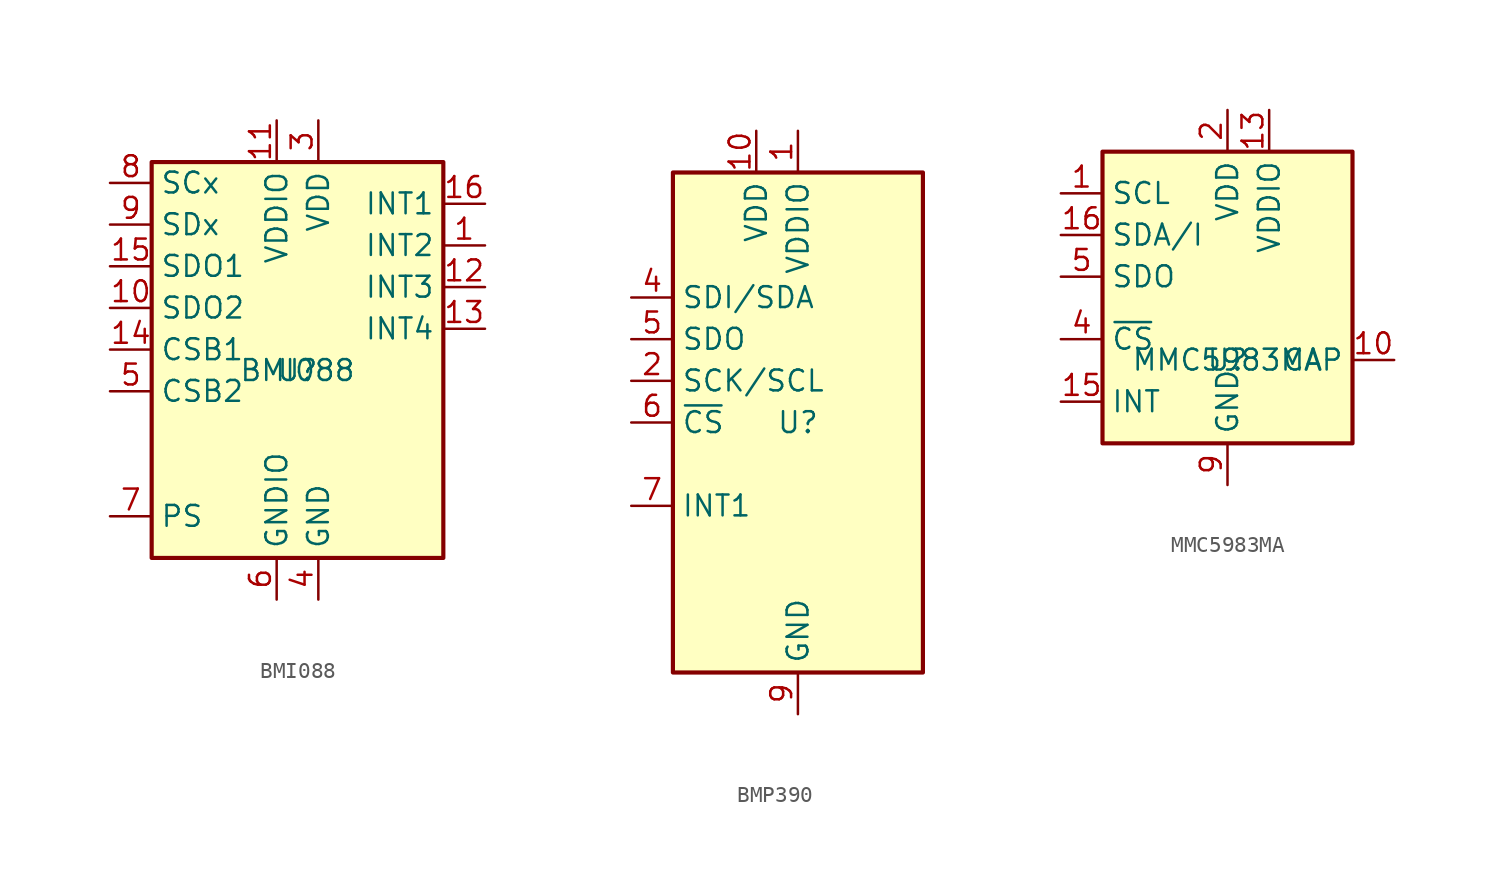
<source format=kicad_sym>
(kicad_symbol_lib
  (version 20241209)
  (generator "kicad_symbol_editor")
  (generator_version "9.0")
  (symbol "BMI088"
    (property "Reference" "U"
      (at 0 0 0)
      (effects (font (size 1.27 1.27))))
    (property "Value" "BMI088"
      (at 0 0 0)
      (effects (font (size 1.27 1.27))))
    (symbol "BMI088_1_1"
      (rectangle (start -8.89 12.7) (end 8.89 -11.43) (stroke (width 0.254) (type default)) (fill (type background)))
      (pin input line (at -11.43 11.43 0) (length 2.54) (name "SCx" (effects (font (size 1.27 1.27)))) (number "8" (effects (font (size 1.27 1.27)))))
      (pin bidirectional line (at -11.43 8.89 0) (length 2.54) (name "SDx" (effects (font (size 1.27 1.27)))) (number "9" (effects (font (size 1.27 1.27)))))
      (pin bidirectional line (at -11.43 6.35 0) (length 2.54) (name "SDO1" (effects (font (size 1.27 1.27)))) (number "15" (effects (font (size 1.27 1.27)))))
      (pin bidirectional line (at -11.43 3.81 0) (length 2.54) (name "SDO2" (effects (font (size 1.27 1.27)))) (number "10" (effects (font (size 1.27 1.27)))))
      (pin input line (at -11.43 1.27 0) (length 2.54) (name "CSB1" (effects (font (size 1.27 1.27)))) (number "14" (effects (font (size 1.27 1.27)))))
      (pin input line (at -11.43 -1.27 0) (length 2.54) (name "CSB2" (effects (font (size 1.27 1.27)))) (number "5" (effects (font (size 1.27 1.27)))))
      (pin bidirectional line (at -11.43 -8.89 0) (length 2.54) (name "PS" (effects (font (size 1.27 1.27)))) (number "7" (effects (font (size 1.27 1.27)))))
      (pin power_in line (at -1.27 15.24 270) (length 2.54) (name "VDDIO" (effects (font (size 1.27 1.27)))) (number "11" (effects (font (size 1.27 1.27)))))
      (pin power_in line (at -1.27 -13.97 90) (length 2.54) (name "GNDIO" (effects (font (size 1.27 1.27)))) (number "6" (effects (font (size 1.27 1.27)))))
      (pin power_in line (at 1.27 15.24 270) (length 2.54) (name "VDD" (effects (font (size 1.27 1.27)))) (number "3" (effects (font (size 1.27 1.27)))))
      (pin power_in line (at 1.27 -13.97 90) (length 2.54) (name "GND" (effects (font (size 1.27 1.27)))) (number "4" (effects (font (size 1.27 1.27)))))
      (pin bidirectional line (at 11.43 10.16 180) (length 2.54) (name "INT1" (effects (font (size 1.27 1.27)))) (number "16" (effects (font (size 1.27 1.27)))))
      (pin bidirectional line (at 11.43 7.62 180) (length 2.54) (name "INT2" (effects (font (size 1.27 1.27)))) (number "1" (effects (font (size 1.27 1.27)))))
      (pin output line (at 11.43 5.08 180) (length 2.54) (name "INT3" (effects (font (size 1.27 1.27)))) (number "12" (effects (font (size 1.27 1.27)))))
      (pin output line (at 11.43 2.54 180) (length 2.54) (name "INT4" (effects (font (size 1.27 1.27)))) (number "13" (effects (font (size 1.27 1.27)))))))
  (symbol "BMP390"
    (property "Reference" "U"
      (at 0 0 0)
      (effects (font (size 1.27 1.27))))
    (property "Value" ""
      (at 0 0 0)
      (effects (font (size 1.27 1.27))))
    (symbol "BMP390_0_1"
      (rectangle (start -7.62 15.24) (end 7.62 -15.24) (stroke (width 0.254) (type default)) (fill (type background))))
    (symbol "BMP390_1_1"
      (pin bidirectional line (at -10.16 7.62 0) (length 2.54) (name "SDI/SDA" (effects (font (size 1.27 1.27)))) (number "4" (effects (font (size 1.27 1.27)))))
      (pin output line (at -10.16 5.08 0) (length 2.54) (name "SDO" (effects (font (size 1.27 1.27)))) (number "5" (effects (font (size 1.27 1.27)))))
      (pin input line (at -10.16 2.54 0) (length 2.54) (name "SCK/SCL" (effects (font (size 1.27 1.27)))) (number "2" (effects (font (size 1.27 1.27)))))
      (pin input line (at -10.16 0 0) (length 2.54) (name "~{CS}" (effects (font (size 1.27 1.27)))) (number "6" (effects (font (size 1.27 1.27)))))
      (pin output line (at -10.16 -5.08 0) (length 2.54) (name "INT1" (effects (font (size 1.27 1.27)))) (number "7" (effects (font (size 1.27 1.27)))))
      (pin power_in line (at -2.54 17.78 270) (length 2.54) (name "VDD" (effects (font (size 1.27 1.27)))) (number "10" (effects (font (size 1.27 1.27)))))
      (pin power_in line (at 0 17.78 270) (length 2.54) (name "VDDIO" (effects (font (size 1.27 1.27)))) (number "1" (effects (font (size 1.27 1.27)))))
      (pin power_in line (at 0 -17.78 90) (length 2.54) (hide yes) (name "GND" (effects (font (size 1.27 1.27)))) (number "3" (effects (font (size 1.27 1.27)))))
      (pin power_in line (at 0 -17.78 90) (length 2.54) (hide yes) (name "GND" (effects (font (size 1.27 1.27)))) (number "8" (effects (font (size 1.27 1.27)))))
      (pin power_in line (at 0 -17.78 90) (length 2.54) (name "GND" (effects (font (size 1.27 1.27)))) (number "9" (effects (font (size 1.27 1.27)))))))
  (symbol "MMC5983MA"
    (property "Reference" "U"
      (at 0 0 0)
      (effects (font (size 1.27 1.27))))
    (property "Value" "MMC5983MA"
      (at 0 0 0)
      (effects (font (size 1.27 1.27))))
    (symbol "MMC5983MA_0_1"
      (rectangle (start -7.62 12.7) (end 7.62 -5.08) (stroke (width 0.254) (type default)) (fill (type background))))
    (symbol "MMC5983MA_1_1"
      (pin input line (at -10.16 10.16 0) (length 2.54) (name "SCL" (effects (font (size 1.27 1.27)))) (number "1" (effects (font (size 1.27 1.27)))))
      (pin bidirectional line (at -10.16 7.62 0) (length 2.54) (name "SDA/I" (effects (font (size 1.27 1.27)))) (number "16" (effects (font (size 1.27 1.27)))))
      (pin bidirectional line (at -10.16 5.08 0) (length 2.54) (name "SDO" (effects (font (size 1.27 1.27)))) (number "5" (effects (font (size 1.27 1.27)))))
      (pin input line (at -10.16 1.27 0) (length 2.54) (name "~{CS}" (effects (font (size 1.27 1.27)))) (number "4" (effects (font (size 1.27 1.27)))))
      (pin output line (at -10.16 -2.54 0) (length 2.54) (name "INT" (effects (font (size 1.27 1.27)))) (number "15" (effects (font (size 1.27 1.27)))))
      (pin power_in line (at 0 15.24 270) (length 2.54) (name "VDD" (effects (font (size 1.27 1.27)))) (number "2" (effects (font (size 1.27 1.27)))))
      (pin passive line (at 0 -7.62 90) (length 2.54) (hide yes) (name "GND" (effects (font (size 1.27 1.27)))) (number "11" (effects (font (size 1.27 1.27)))))
      (pin power_in line (at 0 -7.62 90) (length 2.54) (name "GND" (effects (font (size 1.27 1.27)))) (number "9" (effects (font (size 1.27 1.27)))))
      (pin power_in line (at 2.54 15.24 270) (length 2.54) (name "VDDIO" (effects (font (size 1.27 1.27)))) (number "13" (effects (font (size 1.27 1.27)))))
      (pin no_connect line (at 10.16 10.16 180) (length 2.54) (hide yes) (name "NC" (effects (font (size 1.27 1.27)))) (number "12" (effects (font (size 1.27 1.27)))))
      (pin no_connect line (at 10.16 10.16 180) (length 2.54) (hide yes) (name "NC" (effects (font (size 1.27 1.27)))) (number "14" (effects (font (size 1.27 1.27)))))
      (pin no_connect line (at 10.16 10.16 180) (length 2.54) (hide yes) (name "NC" (effects (font (size 1.27 1.27)))) (number "3" (effects (font (size 1.27 1.27)))))
      (pin no_connect line (at 10.16 10.16 180) (length 2.54) (hide yes) (name "NC" (effects (font (size 1.27 1.27)))) (number "6" (effects (font (size 1.27 1.27)))))
      (pin no_connect line (at 10.16 10.16 180) (length 2.54) (hide yes) (name "NC" (effects (font (size 1.27 1.27)))) (number "7" (effects (font (size 1.27 1.27)))))
      (pin no_connect line (at 10.16 10.16 180) (length 2.54) (hide yes) (name "NC" (effects (font (size 1.27 1.27)))) (number "8" (effects (font (size 1.27 1.27)))))
      (pin passive line (at 10.16 0 180) (length 2.54) (name "CAP" (effects (font (size 1.27 1.27)))) (number "10" (effects (font (size 1.27 1.27))))))))
</source>
